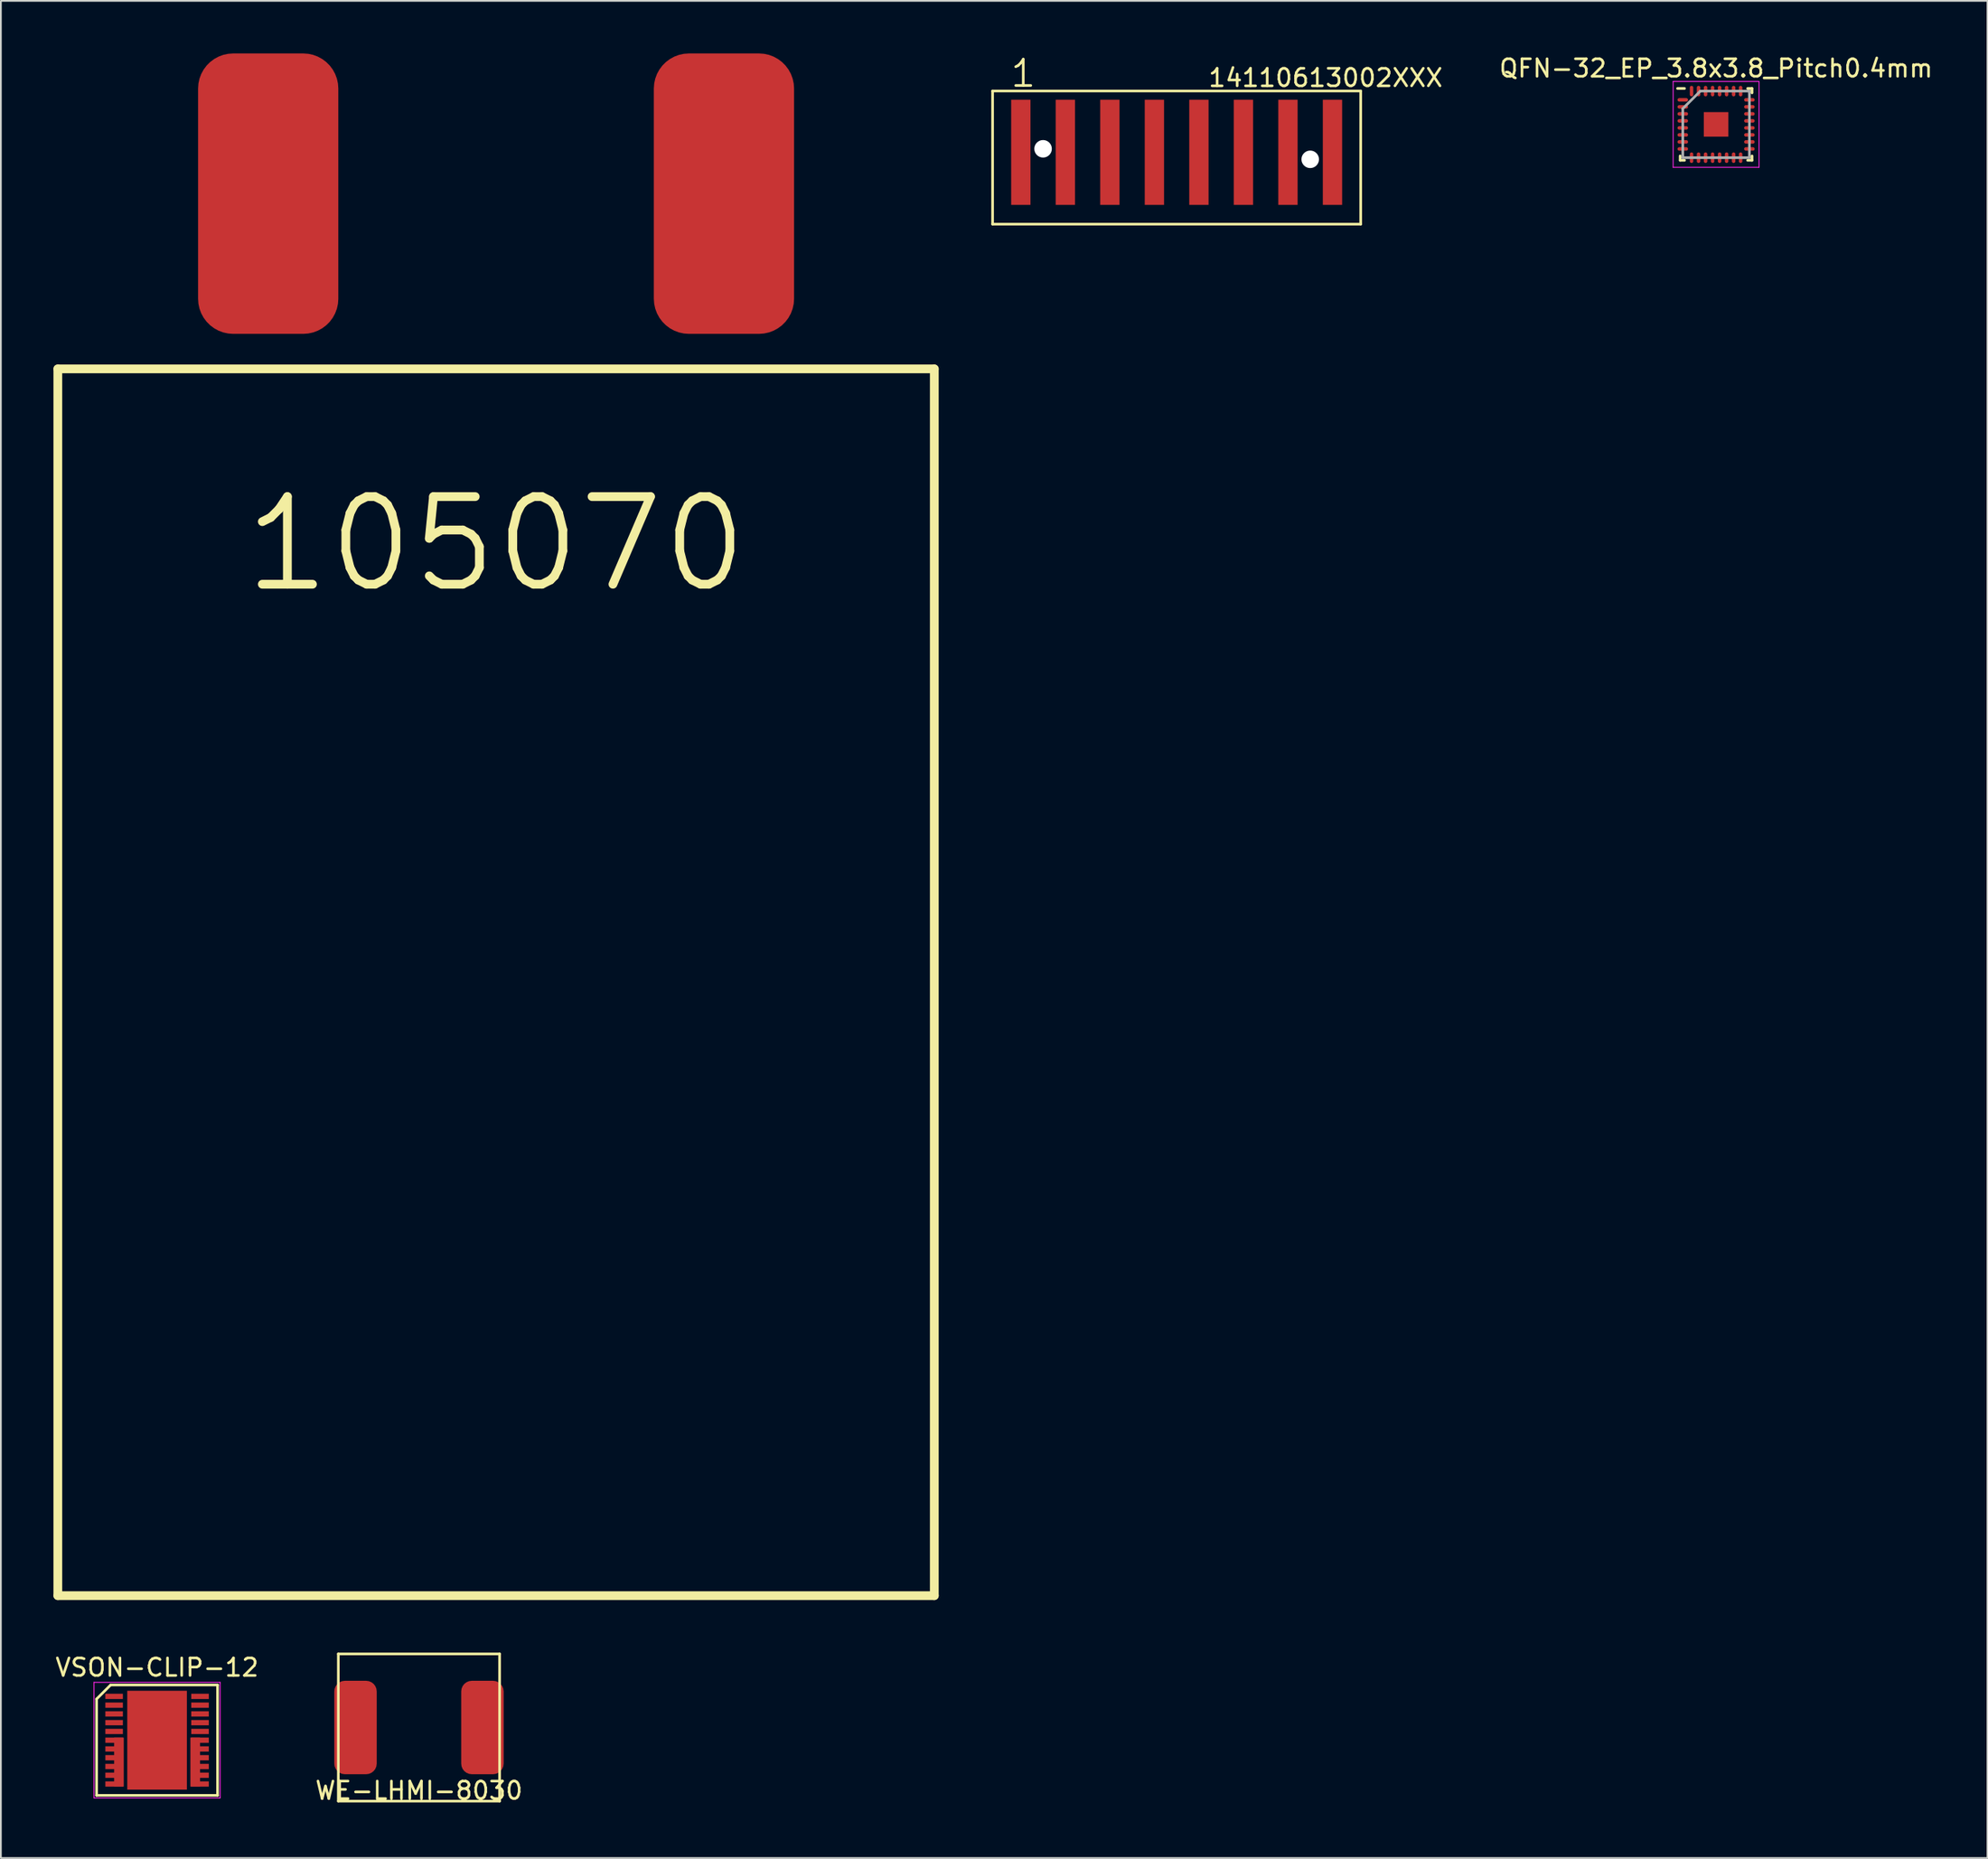
<source format=kicad_pcb>
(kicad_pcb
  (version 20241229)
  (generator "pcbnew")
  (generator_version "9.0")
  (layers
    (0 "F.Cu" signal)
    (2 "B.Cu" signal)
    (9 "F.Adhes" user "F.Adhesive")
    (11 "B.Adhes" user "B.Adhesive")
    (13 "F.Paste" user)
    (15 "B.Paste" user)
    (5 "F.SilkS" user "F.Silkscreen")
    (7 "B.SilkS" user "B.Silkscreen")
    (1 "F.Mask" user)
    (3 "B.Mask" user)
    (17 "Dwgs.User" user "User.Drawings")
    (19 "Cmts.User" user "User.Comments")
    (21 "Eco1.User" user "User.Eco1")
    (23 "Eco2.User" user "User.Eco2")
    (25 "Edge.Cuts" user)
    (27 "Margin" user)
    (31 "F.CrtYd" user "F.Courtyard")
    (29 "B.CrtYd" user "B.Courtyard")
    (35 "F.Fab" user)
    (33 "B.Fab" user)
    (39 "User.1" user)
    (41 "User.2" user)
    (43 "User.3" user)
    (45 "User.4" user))
  (footprint "VSON-CLIP-12"
    (layer "F.Cu")
    (at 5.911 96.248)
    (property "Reference" "VSON-CLIP-12" (at 0 -4.15 0) (layer "F.SilkS") (effects (font (size 1 1) (thickness 0.15))))
    (attr smd)
    (fp_line (start -3.45 -2.35) (end -2.65 -3.15) (stroke (width 0.15) (type solid)) (layer "F.SilkS"))
    (fp_line (start -3.45 3.15) (end -3.45 -2.35) (stroke (width 0.15) (type solid)) (layer "F.SilkS"))
    (fp_line (start -2.65 -3.15) (end 3.45 -3.15) (stroke (width 0.15) (type solid)) (layer "F.SilkS"))
    (fp_line (start 3.45 -3.15) (end 3.45 3.15) (stroke (width 0.15) (type solid)) (layer "F.SilkS"))
    (fp_line (start 3.45 3.15) (end -3.45 3.15) (stroke (width 0.15) (type solid)) (layer "F.SilkS"))
    (fp_line (start -3.6 -3.3) (end 3.6 -3.3) (stroke (width 0.05) (type solid)) (layer "F.CrtYd"))
    (fp_line (start -3.6 3.3) (end -3.6 -3.3) (stroke (width 0.05) (type solid)) (layer "F.CrtYd"))
    (fp_line (start 3.6 -3.3) (end 3.6 3.3) (stroke (width 0.05) (type solid)) (layer "F.CrtYd"))
    (fp_line (start 3.6 3.3) (end -3.6 3.3) (stroke (width 0.05) (type solid)) (layer "F.CrtYd"))
    (pad "1" smd rect (at -2.45 -2.5 270) (size 0.3 1) (layers "F.Cu" "F.Mask" "F.Paste"))
    (pad "2" smd rect (at -2.45 -2 270) (size 0.3 1) (layers "F.Cu" "F.Mask" "F.Paste"))
    (pad "3" smd rect (at -2.45 -1.5 270) (size 0.3 1) (layers "F.Cu" "F.Mask" "F.Paste"))
    (pad "4" smd rect (at -2.45 -1 270) (size 0.3 1) (layers "F.Cu" "F.Mask" "F.Paste"))
    (pad "5" smd rect (at -2.45 -0.5 270) (size 0.3 1) (layers "F.Cu" "F.Mask" "F.Paste"))
    (pad "6" smd rect (at -2.45 0 270) (size 0.3 1) (layers "F.Cu" "F.Mask" "F.Paste"))
    (pad "6" smd rect (at -2.45 0.5 270) (size 0.3 1) (layers "F.Cu" "F.Mask" "F.Paste"))
    (pad "6" smd rect (at -2.45 1 270) (size 0.3 1) (layers "F.Cu" "F.Mask" "F.Paste"))
    (pad "6" smd rect (at -2.45 1.5 270) (size 0.3 1) (layers "F.Cu" "F.Mask" "F.Paste"))
    (pad "6" smd rect (at -2.45 2 270) (size 0.3 1) (layers "F.Cu" "F.Mask" "F.Paste"))
    (pad "6" smd rect (at -2.45 2.5 270) (size 0.3 1) (layers "F.Cu" "F.Mask" "F.Paste"))
    (pad "6" smd rect (at -2.175 1.25) (size 0.55 2.8) (layers "F.Cu" "F.Mask" "F.Paste"))
    (pad "7" smd rect (at 2.175 1.25) (size 0.55 2.8) (layers "F.Cu" "F.Mask" "F.Paste"))
    (pad "7" smd rect (at 2.45 0 270) (size 0.3 1) (layers "F.Cu" "F.Mask" "F.Paste"))
    (pad "7" smd rect (at 2.45 0.5 270) (size 0.3 1) (layers "F.Cu" "F.Mask" "F.Paste"))
    (pad "7" smd rect (at 2.45 1 270) (size 0.3 1) (layers "F.Cu" "F.Mask" "F.Paste"))
    (pad "7" smd rect (at 2.45 1.5 270) (size 0.3 1) (layers "F.Cu" "F.Mask" "F.Paste"))
    (pad "7" smd rect (at 2.45 2 270) (size 0.3 1) (layers "F.Cu" "F.Mask" "F.Paste"))
    (pad "7" smd rect (at 2.45 2.5 270) (size 0.3 1) (layers "F.Cu" "F.Mask" "F.Paste"))
    (pad "8" smd rect (at 2.45 -0.5 270) (size 0.3 1) (layers "F.Cu" "F.Mask" "F.Paste"))
    (pad "9" smd rect (at 2.45 -1 270) (size 0.3 1) (layers "F.Cu" "F.Mask" "F.Paste"))
    (pad "10" smd rect (at 2.45 -1.5 270) (size 0.3 1) (layers "F.Cu" "F.Mask" "F.Paste"))
    (pad "11" smd rect (at 2.45 -2 270) (size 0.3 1) (layers "F.Cu" "F.Mask" "F.Paste"))
    (pad "12" smd rect (at 2.45 -2.5 270) (size 0.3 1) (layers "F.Cu" "F.Mask" "F.Paste"))
    (pad "13" smd rect (at 0 0) (size 3.4 5.639) (layers "F.Cu" "F.Mask")))
  (footprint "WE-LHMI-8030"
    (layer "F.Cu")
    (at 20.851 95.525)
    (property "Reference" "WE-LHMI-8030" (at 0 3.6 0) (layer "F.SilkS") (effects (font (size 1 1) (thickness 0.15))))
    (attr through_hole)
    (fp_line (start -4.6 -4.2) (end 4.6 -4.2) (stroke (width 0.15) (type solid)) (layer "F.SilkS"))
    (fp_line (start -4.6 4.2) (end -4.6 -4.2) (stroke (width 0.15) (type solid)) (layer "F.SilkS"))
    (fp_line (start 4.6 -4.2) (end 4.6 4.2) (stroke (width 0.15) (type solid)) (layer "F.SilkS"))
    (fp_line (start 4.6 4.2) (end -4.6 4.2) (stroke (width 0.15) (type solid)) (layer "F.SilkS"))
    (pad "1" smd roundrect (at -3.62 0) (size 2.42 5.33) (layers "F.Cu" "F.Mask" "F.Paste") (roundrect_rratio 0.25))
    (pad "2" smd roundrect (at 3.62 0) (size 2.42 5.33) (layers "F.Cu" "F.Mask" "F.Paste") (roundrect_rratio 0.25)))
  (footprint "QFN-32_EP_3.8x3.8_Pitch0.4mm"
    (layer "F.Cu")
    (at 94.849 4.048)
    (property "Reference" "QFN-32_EP_3.8x3.8_Pitch0.4mm" (at 0 -3.2 0) (layer "F.SilkS") (effects (font (size 1 1) (thickness 0.15))))
    (attr smd)
    (fp_line (start -2.05 2.05) (end -2.05 1.8) (stroke (width 0.15) (type solid)) (layer "F.SilkS"))
    (fp_line (start -1.8 -2.05) (end -2.2 -2.05) (stroke (width 0.15) (type solid)) (layer "F.SilkS"))
    (fp_line (start -1.8 2.05) (end -2.05 2.05) (stroke (width 0.15) (type solid)) (layer "F.SilkS"))
    (fp_line (start 1.8 -2.05) (end 2.05 -2.05) (stroke (width 0.15) (type solid)) (layer "F.SilkS"))
    (fp_line (start 1.8 2.05) (end 2.05 2.05) (stroke (width 0.15) (type solid)) (layer "F.SilkS"))
    (fp_line (start 2.05 -2.05) (end 2.05 -1.8) (stroke (width 0.15) (type solid)) (layer "F.SilkS"))
    (fp_line (start 2.05 2.05) (end 2.05 1.8) (stroke (width 0.15) (type solid)) (layer "F.SilkS"))
    (fp_line (start -2.45 -2.45) (end 2.45 -2.45) (stroke (width 0.05) (type solid)) (layer "F.CrtYd"))
    (fp_line (start -2.45 2.45) (end -2.45 -2.45) (stroke (width 0.05) (type solid)) (layer "F.CrtYd"))
    (fp_line (start 2.45 -2.45) (end 2.45 2.45) (stroke (width 0.05) (type solid)) (layer "F.CrtYd"))
    (fp_line (start 2.45 2.45) (end -2.45 2.45) (stroke (width 0.05) (type solid)) (layer "F.CrtYd"))
    (fp_line (start -1.9 -0.9) (end -1.9 1.9) (stroke (width 0.15) (type solid)) (layer "F.Fab"))
    (fp_line (start -1.9 1.9) (end 1.9 1.9) (stroke (width 0.15) (type solid)) (layer "F.Fab"))
    (fp_line (start -0.9 -1.9) (end -1.9 -0.9) (stroke (width 0.15) (type solid)) (layer "F.Fab"))
    (fp_line (start 1.9 -1.9) (end -0.9 -1.9) (stroke (width 0.15) (type solid)) (layer "F.Fab"))
    (fp_line (start 1.9 1.9) (end 1.9 -1.9) (stroke (width 0.15) (type solid)) (layer "F.Fab"))
    (pad "1" smd oval (at -1.9 -1.4 90) (size 0.2 0.6) (layers "F.Cu" "F.Mask" "F.Paste"))
    (pad "2" smd oval (at -1.9 -1 90) (size 0.2 0.6) (layers "F.Cu" "F.Mask" "F.Paste"))
    (pad "3" smd oval (at -1.9 -0.6 90) (size 0.2 0.6) (layers "F.Cu" "F.Mask" "F.Paste"))
    (pad "4" smd oval (at -1.9 -0.2 90) (size 0.2 0.6) (layers "F.Cu" "F.Mask" "F.Paste"))
    (pad "5" smd oval (at -1.9 0.2 90) (size 0.2 0.6) (layers "F.Cu" "F.Mask" "F.Paste"))
    (pad "6" smd oval (at -1.9 0.6 90) (size 0.2 0.6) (layers "F.Cu" "F.Mask" "F.Paste"))
    (pad "7" smd oval (at -1.9 1 90) (size 0.2 0.6) (layers "F.Cu" "F.Mask" "F.Paste"))
    (pad "8" smd oval (at -1.9 1.4 90) (size 0.2 0.6) (layers "F.Cu" "F.Mask" "F.Paste"))
    (pad "9" smd oval (at -1.4 1.9) (size 0.2 0.6) (layers "F.Cu" "F.Mask" "F.Paste"))
    (pad "10" smd oval (at -1 1.9) (size 0.2 0.6) (layers "F.Cu" "F.Mask" "F.Paste"))
    (pad "11" smd oval (at -0.6 1.9) (size 0.2 0.6) (layers "F.Cu" "F.Mask" "F.Paste"))
    (pad "12" smd oval (at -0.2 1.9) (size 0.2 0.6) (layers "F.Cu" "F.Mask" "F.Paste"))
    (pad "13" smd oval (at 0.2 1.9) (size 0.2 0.6) (layers "F.Cu" "F.Mask" "F.Paste"))
    (pad "14" smd oval (at 0.6 1.9) (size 0.2 0.6) (layers "F.Cu" "F.Mask" "F.Paste"))
    (pad "15" smd oval (at 1 1.9) (size 0.2 0.6) (layers "F.Cu" "F.Mask" "F.Paste"))
    (pad "16" smd oval (at 1.4 1.9) (size 0.2 0.6) (layers "F.Cu" "F.Mask" "F.Paste"))
    (pad "17" smd oval (at 1.9 1.4 90) (size 0.2 0.6) (layers "F.Cu" "F.Mask" "F.Paste"))
    (pad "18" smd oval (at 1.9 1 90) (size 0.2 0.6) (layers "F.Cu" "F.Mask" "F.Paste"))
    (pad "19" smd oval (at 1.9 0.6 90) (size 0.2 0.6) (layers "F.Cu" "F.Mask" "F.Paste"))
    (pad "20" smd oval (at 1.9 0.2 90) (size 0.2 0.6) (layers "F.Cu" "F.Mask" "F.Paste"))
    (pad "21" smd oval (at 1.9 -0.2 90) (size 0.2 0.6) (layers "F.Cu" "F.Mask" "F.Paste"))
    (pad "22" smd oval (at 1.9 -0.6 90) (size 0.2 0.6) (layers "F.Cu" "F.Mask" "F.Paste"))
    (pad "23" smd oval (at 1.9 -1 90) (size 0.2 0.6) (layers "F.Cu" "F.Mask" "F.Paste"))
    (pad "24" smd oval (at 1.9 -1.4 90) (size 0.2 0.6) (layers "F.Cu" "F.Mask" "F.Paste"))
    (pad "25" smd oval (at 1.4 -1.9) (size 0.2 0.6) (layers "F.Cu" "F.Mask" "F.Paste"))
    (pad "26" smd oval (at 1 -1.9) (size 0.2 0.6) (layers "F.Cu" "F.Mask" "F.Paste"))
    (pad "27" smd oval (at 0.6 -1.9) (size 0.2 0.6) (layers "F.Cu" "F.Mask" "F.Paste"))
    (pad "28" smd oval (at 0.2 -1.9) (size 0.2 0.6) (layers "F.Cu" "F.Mask" "F.Paste"))
    (pad "29" smd oval (at -0.2 -1.9) (size 0.2 0.6) (layers "F.Cu" "F.Mask" "F.Paste"))
    (pad "30" smd oval (at -0.6 -1.9) (size 0.2 0.6) (layers "F.Cu" "F.Mask" "F.Paste"))
    (pad "31" smd oval (at -1 -1.9) (size 0.2 0.6) (layers "F.Cu" "F.Mask" "F.Paste"))
    (pad "32" smd oval (at -1.4 -1.9) (size 0.2 0.6) (layers "F.Cu" "F.Mask" "F.Paste"))
    (pad "33" smd rect (at 0 0) (size 1.4 1.4) (layers "F.Cu" "F.Mask" "F.Paste")))
  (footprint "14110613002XXX"
    (layer "F.Cu")
    (at 64.075 5.641)
    (property "Reference" "14110613002XXX" (at 8.5 -4.25 0) (layer "F.SilkS") (effects (font (size 1 1) (thickness 0.15))))
    (attr smd)
    (fp_line (start -10.5 -3.5) (end 10.5 -3.5) (stroke (width 0.15) (type solid)) (layer "F.SilkS"))
    (fp_line (start -10.5 4.1) (end -10.5 -3.5) (stroke (width 0.15) (type solid)) (layer "F.SilkS"))
    (fp_line (start -10.5 4.1) (end 10.5 4.1) (stroke (width 0.15) (type solid)) (layer "F.SilkS"))
    (fp_line (start 10.5 4.1) (end 10.5 -3.5) (stroke (width 0.15) (type solid)) (layer "F.SilkS"))
    (fp_text user "1" (at -8.75 -4.5 0) (layer "F.SilkS") (effects (font (size 1.5 1.5) (thickness 0.15))))
    (pad "" np_thru_hole circle (at -7.62 -0.2) (size 1 1) (drill 1) (layers "*.Cu" "*.Mask"))
    (pad "" np_thru_hole circle (at 7.62 0.4) (size 1 1) (drill 1) (layers "*.Cu" "*.Mask"))
    (pad "0" smd rect (at -8.89 0) (size 1.1 6) (layers "F.Cu" "F.Mask" "F.Paste"))
    (pad "0" smd rect (at 8.89 0) (size 1.1 6) (layers "F.Cu" "F.Mask" "F.Paste"))
    (pad "1" smd rect (at -6.35 0) (size 1.1 6) (layers "F.Cu" "F.Mask" "F.Paste"))
    (pad "2" smd rect (at -3.81 0) (size 1.1 6) (layers "F.Cu" "F.Mask" "F.Paste"))
    (pad "3" smd rect (at -1.27 0) (size 1.1 6) (layers "F.Cu" "F.Mask" "F.Paste"))
    (pad "4" smd rect (at 1.27 0) (size 1.1 6) (layers "F.Cu" "F.Mask" "F.Paste"))
    (pad "5" smd rect (at 3.81 0) (size 1.1 6) (layers "F.Cu" "F.Mask" "F.Paste"))
    (pad "6" smd rect (at 6.35 0) (size 1.1 6) (layers "F.Cu" "F.Mask" "F.Paste")))
  (footprint "105070"
    (layer "F.Cu")
    (at 25.25 18)
    (property "Reference" "105070" (at 0 10 0) (layer "F.SilkS") (effects (font (size 5 5) (thickness 0.5))))
    (attr through_hole)
    (fp_line (start -25 0) (end -25 0) (stroke (width 0.15) (type solid)) (layer "F.SilkS"))
    (fp_line (start -25 0) (end -25 70) (stroke (width 0.5) (type solid)) (layer "F.SilkS"))
    (fp_line (start -25 70) (end 25 70) (stroke (width 0.5) (type solid)) (layer "F.SilkS"))
    (fp_line (start 25 0) (end -25 0) (stroke (width 0.5) (type solid)) (layer "F.SilkS"))
    (fp_line (start 25 70) (end 25 0) (stroke (width 0.5) (type solid)) (layer "F.SilkS"))
    (pad "1" smd roundrect (at -13 -10) (size 8 16) (layers "F.Cu" "F.Mask" "F.Paste") (roundrect_rratio 0.25))
    (pad "2" smd roundrect (at 13 -10) (size 8 16) (layers "F.Cu" "F.Mask" "F.Paste") (roundrect_rratio 0.25)))
  (gr_rect
    (start -3 -3)
    (end 110.331 102.973)
    (stroke (width 0.1) (type default))
    (fill no)
    (layer "Edge.Cuts")))
</source>
